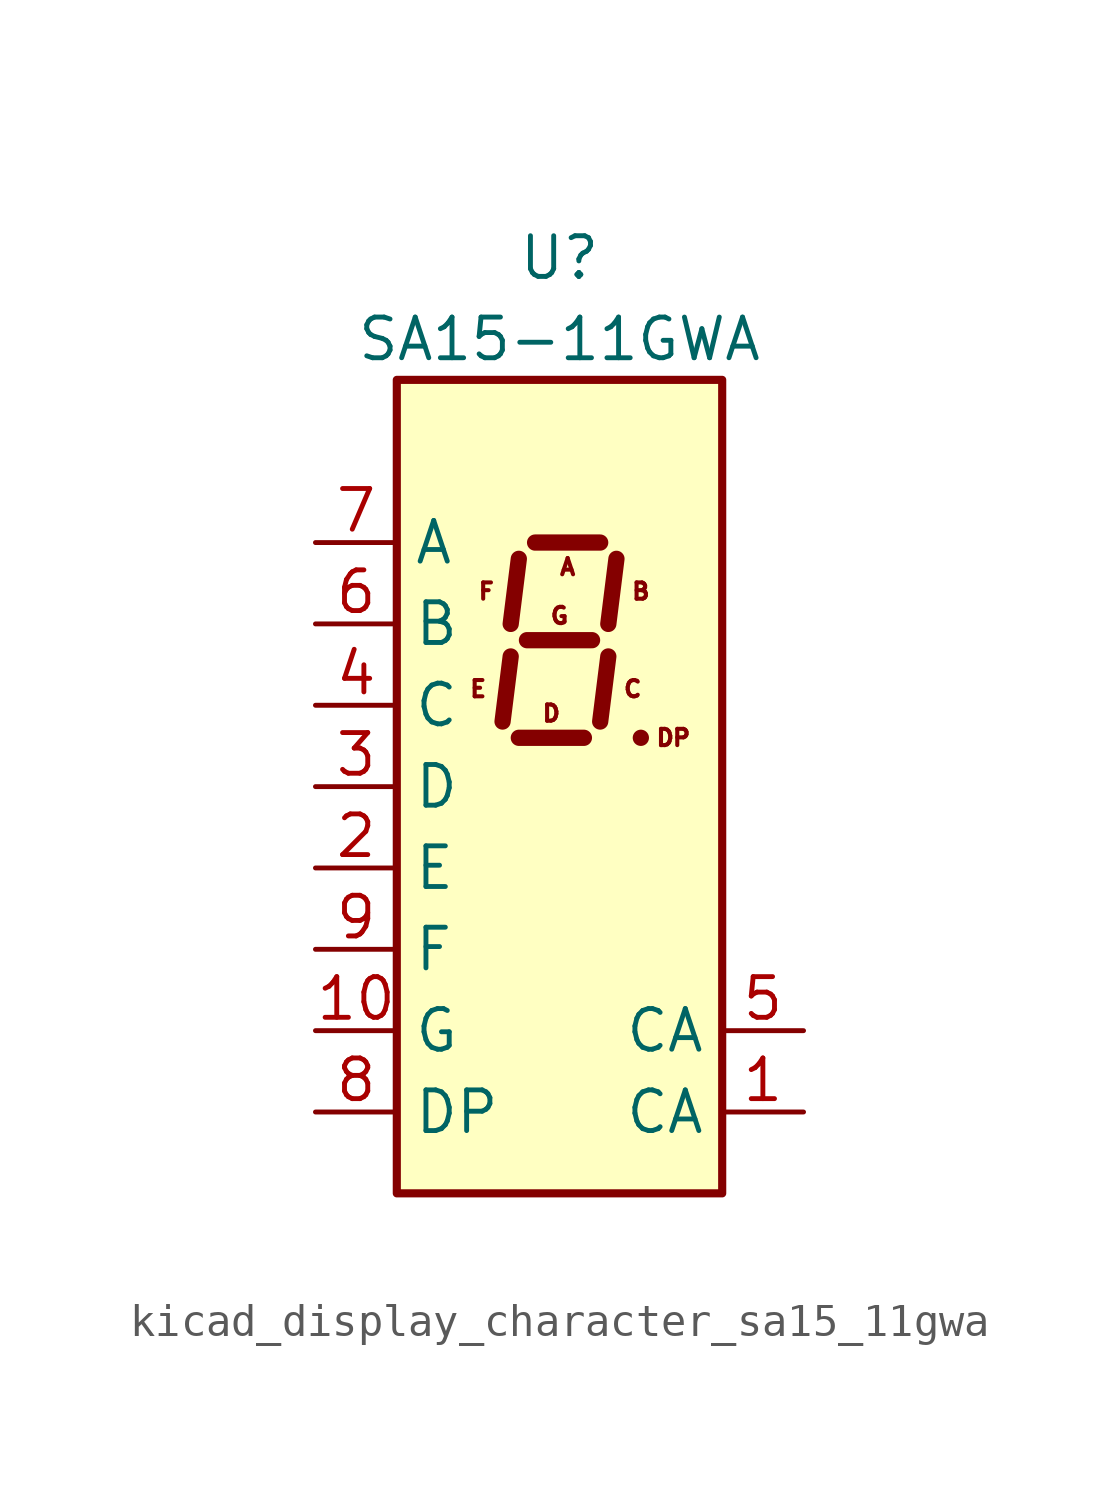
<source format=kicad_sym>
(kicad_symbol_lib
  (version 20220914)
  (generator kicad_symbol_editor)
  (symbol "kicad_display_character_sa15_11gwa"
    (property "Reference" "U"
      (at 0 16.51 0)
      (effects (font (size 1.27 1.27))))
    (property "Value" "SA15-11GWA"
      (at 0 13.97 0)
      (effects (font (size 1.27 1.27))))
    (symbol "kicad_display_character_sa15_11gwa_1_0"
      (text "A" (at 0.254 6.858 0) (effects (font (size 0.508 0.508))))
      (text "B" (at 2.54 6.096 0) (effects (font (size 0.508 0.508))))
      (text "C" (at 2.286 3.048 0) (effects (font (size 0.508 0.508))))
      (text "D" (at -0.254 2.286 0) (effects (font (size 0.508 0.508))))
      (text "DP" (at 3.556 1.524 0) (effects (font (size 0.508 0.508))))
      (text "E" (at -2.54 3.048 0) (effects (font (size 0.508 0.508))))
      (text "F" (at -2.286 6.096 0) (effects (font (size 0.508 0.508))))
      (text "G" (at 0 5.334 0) (effects (font (size 0.508 0.508)))))
    (symbol "kicad_display_character_sa15_11gwa_1_1"
      (rectangle (start -5.08 12.7) (end 5.08 -12.7) (stroke (width 0.254) (type default)) (fill (type background)))
      (polyline (pts (xy -1.524 4.064) (xy -1.778 2.032)) (stroke (width 0.508) (type default)) (fill (type none)))
      (polyline (pts (xy -1.27 1.524) (xy 0.762 1.524)) (stroke (width 0.508) (type default)) (fill (type none)))
      (polyline (pts (xy -1.27 7.112) (xy -1.524 5.08)) (stroke (width 0.508) (type default)) (fill (type none)))
      (polyline (pts (xy -1.016 4.572) (xy 1.016 4.572)) (stroke (width 0.508) (type default)) (fill (type none)))
      (polyline (pts (xy -0.762 7.62) (xy 1.27 7.62)) (stroke (width 0.508) (type default)) (fill (type none)))
      (polyline (pts (xy 1.524 4.064) (xy 1.27 2.032)) (stroke (width 0.508) (type default)) (fill (type none)))
      (polyline (pts (xy 1.778 7.112) (xy 1.524 5.08)) (stroke (width 0.508) (type default)) (fill (type none)))
      (polyline (pts (xy 2.54 1.524) (xy 2.54 1.524)) (stroke (width 0.508) (type default)) (fill (type none)))
      (pin input line (at 7.62 -10.16 180) (length 2.54) (name "CA" (effects (font (size 1.27 1.27)))) (number "1" (effects (font (size 1.27 1.27)))))
      (pin input line (at -7.62 -7.62 0) (length 2.54) (name "G" (effects (font (size 1.27 1.27)))) (number "10" (effects (font (size 1.27 1.27)))))
      (pin input line (at -7.62 -2.54 0) (length 2.54) (name "E" (effects (font (size 1.27 1.27)))) (number "2" (effects (font (size 1.27 1.27)))))
      (pin input line (at -7.62 0 0) (length 2.54) (name "D" (effects (font (size 1.27 1.27)))) (number "3" (effects (font (size 1.27 1.27)))))
      (pin input line (at -7.62 2.54 0) (length 2.54) (name "C" (effects (font (size 1.27 1.27)))) (number "4" (effects (font (size 1.27 1.27)))))
      (pin input line (at 7.62 -7.62 180) (length 2.54) (name "CA" (effects (font (size 1.27 1.27)))) (number "5" (effects (font (size 1.27 1.27)))))
      (pin input line (at -7.62 5.08 0) (length 2.54) (name "B" (effects (font (size 1.27 1.27)))) (number "6" (effects (font (size 1.27 1.27)))))
      (pin input line (at -7.62 7.62 0) (length 2.54) (name "A" (effects (font (size 1.27 1.27)))) (number "7" (effects (font (size 1.27 1.27)))))
      (pin input line (at -7.62 -10.16 0) (length 2.54) (name "DP" (effects (font (size 1.27 1.27)))) (number "8" (effects (font (size 1.27 1.27)))))
      (pin input line (at -7.62 -5.08 0) (length 2.54) (name "F" (effects (font (size 1.27 1.27)))) (number "9" (effects (font (size 1.27 1.27))))))))
</source>
